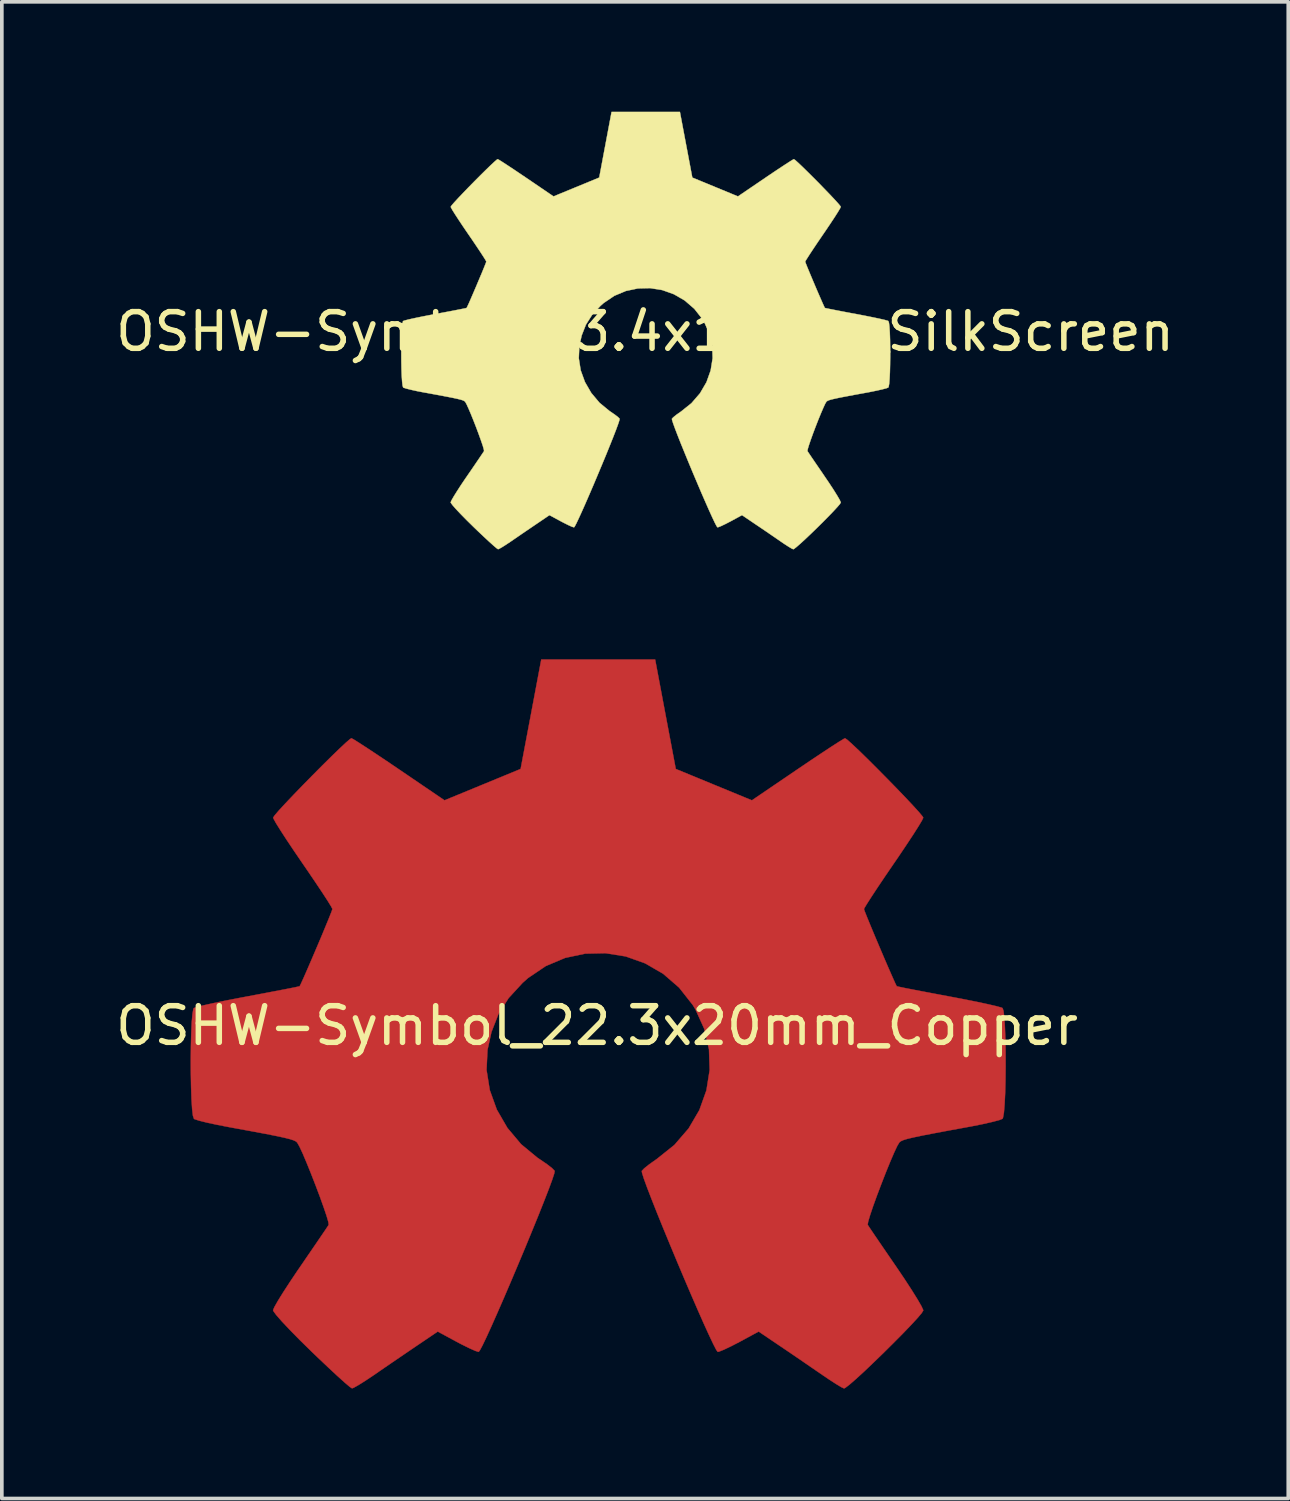
<source format=kicad_pcb>
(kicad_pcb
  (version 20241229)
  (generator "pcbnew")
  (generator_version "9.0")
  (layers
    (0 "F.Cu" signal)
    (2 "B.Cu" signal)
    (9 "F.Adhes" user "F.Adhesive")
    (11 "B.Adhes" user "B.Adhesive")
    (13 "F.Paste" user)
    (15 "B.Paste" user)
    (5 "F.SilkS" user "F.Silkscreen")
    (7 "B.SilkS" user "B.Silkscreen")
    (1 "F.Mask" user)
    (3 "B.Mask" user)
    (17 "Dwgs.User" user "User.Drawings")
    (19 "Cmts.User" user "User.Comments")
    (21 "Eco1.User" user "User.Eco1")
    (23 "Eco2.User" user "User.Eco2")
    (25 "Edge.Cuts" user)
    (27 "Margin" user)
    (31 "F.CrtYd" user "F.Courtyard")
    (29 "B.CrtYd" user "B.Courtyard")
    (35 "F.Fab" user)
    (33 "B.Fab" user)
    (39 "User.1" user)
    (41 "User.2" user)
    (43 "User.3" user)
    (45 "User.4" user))
  (footprint "OSHW-Symbol_13.4x12mm_SilkScreen"
    (layer "F.Cu")
    (at 14.554 6)
    (property "Reference" "OSHW-Symbol_13.4x12mm_SilkScreen" (at 0 0 0) (layer "F.SilkS") (effects (font (size 1 1) (thickness 0.15))))
    (attr exclude_from_pos_files exclude_from_bom)
    (fp_poly (pts (xy 1.12 -5.099) (xy 1.289 -4.204) (xy 1.912 -3.947) (xy 2.535 -3.69) (xy 3.282 -4.198) (xy 3.492 -4.34) (xy 3.681 -4.466) (xy 3.841 -4.571) (xy 3.964 -4.65) (xy 4.04 -4.696) (xy 4.06 -4.706) (xy 4.098 -4.681) (xy 4.177 -4.61) (xy 4.29 -4.503) (xy 4.428 -4.368) (xy 4.581 -4.216) (xy 4.741 -4.055) (xy 4.898 -3.893) (xy 5.045 -3.741) (xy 5.171 -3.607) (xy 5.268 -3.5) (xy 5.327 -3.429) (xy 5.341 -3.406) (xy 5.321 -3.362) (xy 5.264 -3.267) (xy 5.176 -3.128) (xy 5.063 -2.957) (xy 4.932 -2.762) (xy 4.856 -2.651) (xy 4.717 -2.447) (xy 4.594 -2.264) (xy 4.492 -2.109) (xy 4.418 -1.993) (xy 4.376 -1.924) (xy 4.37 -1.909) (xy 4.384 -1.868) (xy 4.422 -1.772) (xy 4.479 -1.634) (xy 4.548 -1.469) (xy 4.624 -1.289) (xy 4.701 -1.108) (xy 4.774 -0.94) (xy 4.836 -0.798) (xy 4.882 -0.696) (xy 4.906 -0.648) (xy 4.907 -0.646) (xy 4.945 -0.637) (xy 5.046 -0.616) (xy 5.2 -0.586) (xy 5.395 -0.548) (xy 5.622 -0.505) (xy 5.755 -0.481) (xy 5.998 -0.434) (xy 6.217 -0.39) (xy 6.402 -0.351) (xy 6.541 -0.319) (xy 6.623 -0.296) (xy 6.639 -0.289) (xy 6.656 -0.24) (xy 6.669 -0.129) (xy 6.679 0.03) (xy 6.686 0.226) (xy 6.689 0.444) (xy 6.69 0.672) (xy 6.687 0.897) (xy 6.682 1.106) (xy 6.673 1.286) (xy 6.662 1.424) (xy 6.647 1.507) (xy 6.638 1.525) (xy 6.586 1.546) (xy 6.474 1.575) (xy 6.318 1.61) (xy 6.133 1.648) (xy 6.069 1.66) (xy 5.757 1.717) (xy 5.511 1.763) (xy 5.322 1.799) (xy 5.183 1.829) (xy 5.084 1.852) (xy 5.018 1.872) (xy 4.978 1.89) (xy 4.953 1.907) (xy 4.95 1.911) (xy 4.916 1.967) (xy 4.865 2.077) (xy 4.801 2.226) (xy 4.729 2.401) (xy 4.655 2.59) (xy 4.584 2.778) (xy 4.521 2.953) (xy 4.471 3.1) (xy 4.439 3.207) (xy 4.431 3.259) (xy 4.432 3.261) (xy 4.46 3.304) (xy 4.524 3.399) (xy 4.616 3.535) (xy 4.732 3.704) (xy 4.862 3.894) (xy 4.899 3.949) (xy 5.032 4.145) (xy 5.149 4.324) (xy 5.243 4.475) (xy 5.309 4.589) (xy 5.34 4.655) (xy 5.341 4.663) (xy 5.316 4.706) (xy 5.244 4.79) (xy 5.136 4.907) (xy 5.001 5.047) (xy 4.848 5.202) (xy 4.685 5.363) (xy 4.524 5.519) (xy 4.371 5.664) (xy 4.238 5.786) (xy 4.132 5.878) (xy 4.064 5.931) (xy 4.045 5.939) (xy 4 5.919) (xy 3.91 5.865) (xy 3.788 5.786) (xy 3.695 5.722) (xy 3.525 5.605) (xy 3.324 5.467) (xy 3.122 5.33) (xy 3.013 5.257) (xy 2.646 5.008) (xy 2.338 5.175) (xy 2.197 5.248) (xy 2.078 5.305) (xy 1.997 5.337) (xy 1.977 5.341) (xy 1.952 5.308) (xy 1.903 5.214) (xy 1.834 5.068) (xy 1.748 4.879) (xy 1.649 4.655) (xy 1.54 4.405) (xy 1.426 4.137) (xy 1.309 3.861) (xy 1.194 3.585) (xy 1.084 3.317) (xy 0.982 3.067) (xy 0.893 2.842) (xy 0.82 2.652) (xy 0.767 2.506) (xy 0.737 2.411) (xy 0.732 2.379) (xy 0.77 2.338) (xy 0.854 2.27) (xy 0.966 2.191) (xy 0.976 2.185) (xy 1.266 1.953) (xy 1.5 1.682) (xy 1.675 1.382) (xy 1.79 1.06) (xy 1.844 0.725) (xy 1.833 0.386) (xy 1.755 0.052) (xy 1.61 -0.269) (xy 1.567 -0.34) (xy 1.344 -0.623) (xy 1.08 -0.851) (xy 0.786 -1.021) (xy 0.469 -1.134) (xy 0.139 -1.187) (xy -0.195 -1.179) (xy -0.523 -1.11) (xy -0.838 -0.978) (xy -1.129 -0.781) (xy -1.219 -0.701) (xy -1.448 -0.452) (xy -1.615 -0.189) (xy -1.73 0.105) (xy -1.794 0.397) (xy -1.809 0.725) (xy -1.757 1.055) (xy -1.641 1.375) (xy -1.468 1.674) (xy -1.243 1.942) (xy -0.971 2.166) (xy -0.935 2.19) (xy -0.822 2.268) (xy -0.736 2.335) (xy -0.694 2.378) (xy -0.694 2.379) (xy -0.703 2.425) (xy -0.738 2.531) (xy -0.795 2.686) (xy -0.872 2.884) (xy -0.964 3.114) (xy -1.067 3.368) (xy -1.179 3.638) (xy -1.295 3.915) (xy -1.411 4.19) (xy -1.525 4.455) (xy -1.632 4.701) (xy -1.729 4.919) (xy -1.812 5.1) (xy -1.877 5.237) (xy -1.921 5.32) (xy -1.939 5.341) (xy -1.994 5.325) (xy -2.096 5.279) (xy -2.228 5.213) (xy -2.3 5.175) (xy -2.609 5.008) (xy -2.976 5.257) (xy -3.163 5.384) (xy -3.369 5.524) (xy -3.561 5.656) (xy -3.657 5.722) (xy -3.793 5.813) (xy -3.907 5.885) (xy -3.986 5.929) (xy -4.012 5.938) (xy -4.049 5.913) (xy -4.132 5.843) (xy -4.252 5.735) (xy -4.401 5.597) (xy -4.572 5.435) (xy -4.68 5.331) (xy -4.868 5.146) (xy -5.031 4.98) (xy -5.162 4.841) (xy -5.254 4.736) (xy -5.301 4.671) (xy -5.305 4.658) (xy -5.284 4.608) (xy -5.227 4.508) (xy -5.139 4.366) (xy -5.028 4.194) (xy -4.899 4.002) (xy -4.862 3.949) (xy -4.728 3.754) (xy -4.608 3.578) (xy -4.509 3.432) (xy -4.437 3.325) (xy -4.398 3.267) (xy -4.394 3.261) (xy -4.4 3.215) (xy -4.429 3.113) (xy -4.478 2.97) (xy -4.54 2.798) (xy -4.61 2.61) (xy -4.684 2.421) (xy -4.756 2.243) (xy -4.821 2.091) (xy -4.874 1.976) (xy -4.91 1.914) (xy -4.913 1.911) (xy -4.935 1.893) (xy -4.972 1.875) (xy -5.032 1.856) (xy -5.124 1.833) (xy -5.255 1.805) (xy -5.434 1.77) (xy -5.668 1.726) (xy -5.967 1.671) (xy -6.031 1.66) (xy -6.223 1.623) (xy -6.39 1.586) (xy -6.517 1.554) (xy -6.591 1.53) (xy -6.601 1.525) (xy -6.617 1.475) (xy -6.63 1.364) (xy -6.641 1.204) (xy -6.648 1.008) (xy -6.652 0.79) (xy -6.653 0.562) (xy -6.65 0.337) (xy -6.645 0.128) (xy -6.637 -0.052) (xy -6.625 -0.189) (xy -6.611 -0.272) (xy -6.602 -0.289) (xy -6.553 -0.306) (xy -6.442 -0.334) (xy -6.279 -0.37) (xy -6.076 -0.412) (xy -5.844 -0.457) (xy -5.718 -0.481) (xy -5.478 -0.526) (xy -5.264 -0.566) (xy -5.086 -0.601) (xy -4.955 -0.627) (xy -4.882 -0.642) (xy -4.87 -0.646) (xy -4.85 -0.685) (xy -4.806 -0.78) (xy -4.746 -0.917) (xy -4.675 -1.082) (xy -4.598 -1.262) (xy -4.522 -1.443) (xy -4.451 -1.611) (xy -4.392 -1.755) (xy -4.351 -1.858) (xy -4.333 -1.909) (xy -4.333 -1.911) (xy -4.353 -1.951) (xy -4.41 -2.043) (xy -4.498 -2.178) (xy -4.611 -2.347) (xy -4.742 -2.541) (xy -4.819 -2.652) (xy -4.958 -2.856) (xy -5.081 -3.041) (xy -5.183 -3.198) (xy -5.258 -3.317) (xy -5.298 -3.39) (xy -5.304 -3.406) (xy -5.279 -3.444) (xy -5.209 -3.525) (xy -5.103 -3.64) (xy -4.971 -3.779) (xy -4.821 -3.935) (xy -4.662 -4.097) (xy -4.503 -4.257) (xy -4.353 -4.405) (xy -4.221 -4.533) (xy -4.115 -4.632) (xy -4.046 -4.692) (xy -4.022 -4.706) (xy -3.984 -4.686) (xy -3.894 -4.63) (xy -3.759 -4.542) (xy -3.589 -4.43) (xy -3.393 -4.298) (xy -3.245 -4.198) (xy -2.498 -3.69) (xy -1.874 -3.947) (xy -1.251 -4.204) (xy -0.914 -5.995) (xy 0.951 -5.995) (xy 1.12 -5.099)) (stroke (width 0.01) (type solid)) (fill yes) (layer "F.SilkS")))
  (footprint "OSHW-Symbol_22.3x20mm_Copper"
    (layer "F.Cu")
    (at 13.244 24.941)
    (property "Reference" "OSHW-Symbol_22.3x20mm_Copper" (at 0 0 0) (layer "F.SilkS") (effects (font (size 1 1) (thickness 0.15))))
    (attr exclude_from_pos_files exclude_from_bom)
    (fp_poly (pts (xy 1.866 -8.499) (xy 2.148 -7.006) (xy 3.186 -6.578) (xy 4.225 -6.15) (xy 5.471 -6.997) (xy 5.82 -7.233) (xy 6.135 -7.443) (xy 6.402 -7.619) (xy 6.606 -7.75) (xy 6.733 -7.827) (xy 6.767 -7.844) (xy 6.83 -7.801) (xy 6.962 -7.683) (xy 7.151 -7.505) (xy 7.38 -7.281) (xy 7.635 -7.027) (xy 7.901 -6.758) (xy 8.164 -6.489) (xy 8.408 -6.235) (xy 8.618 -6.011) (xy 8.78 -5.833) (xy 8.879 -5.715) (xy 8.902 -5.676) (xy 8.868 -5.603) (xy 8.773 -5.444) (xy 8.627 -5.214) (xy 8.439 -4.929) (xy 8.22 -4.603) (xy 8.093 -4.418) (xy 7.862 -4.079) (xy 7.656 -3.773) (xy 7.487 -3.516) (xy 7.363 -3.322) (xy 7.294 -3.207) (xy 7.284 -3.182) (xy 7.307 -3.114) (xy 7.371 -2.953) (xy 7.465 -2.724) (xy 7.58 -2.448) (xy 7.707 -2.148) (xy 7.835 -1.847) (xy 7.956 -1.567) (xy 8.06 -1.331) (xy 8.136 -1.161) (xy 8.176 -1.08) (xy 8.179 -1.076) (xy 8.242 -1.061) (xy 8.41 -1.026) (xy 8.666 -0.976) (xy 8.992 -0.914) (xy 9.371 -0.842) (xy 9.591 -0.801) (xy 9.996 -0.724) (xy 10.362 -0.651) (xy 10.669 -0.585) (xy 10.901 -0.531) (xy 11.038 -0.493) (xy 11.066 -0.481) (xy 11.093 -0.4) (xy 11.115 -0.215) (xy 11.131 0.051) (xy 11.143 0.376) (xy 11.149 0.74) (xy 11.15 1.12) (xy 11.146 1.495) (xy 11.137 1.843) (xy 11.122 2.143) (xy 11.103 2.373) (xy 11.078 2.512) (xy 11.064 2.541) (xy 10.976 2.576) (xy 10.79 2.625) (xy 10.531 2.684) (xy 10.222 2.746) (xy 10.114 2.766) (xy 9.595 2.861) (xy 9.185 2.938) (xy 8.87 2.999) (xy 8.638 3.048) (xy 8.473 3.087) (xy 8.364 3.12) (xy 8.296 3.15) (xy 8.256 3.179) (xy 8.25 3.185) (xy 8.194 3.278) (xy 8.108 3.461) (xy 8.001 3.71) (xy 7.882 4.002) (xy 7.759 4.317) (xy 7.64 4.631) (xy 7.535 4.921) (xy 7.452 5.167) (xy 7.399 5.345) (xy 7.385 5.432) (xy 7.386 5.435) (xy 7.433 5.507) (xy 7.539 5.665) (xy 7.694 5.892) (xy 7.886 6.173) (xy 8.104 6.491) (xy 8.166 6.581) (xy 8.387 6.908) (xy 8.581 7.206) (xy 8.739 7.459) (xy 8.849 7.649) (xy 8.9 7.759) (xy 8.902 7.772) (xy 8.859 7.843) (xy 8.74 7.983) (xy 8.56 8.178) (xy 8.335 8.412) (xy 8.079 8.67) (xy 7.809 8.938) (xy 7.539 9.199) (xy 7.286 9.44) (xy 7.063 9.644) (xy 6.887 9.797) (xy 6.773 9.884) (xy 6.741 9.899) (xy 6.667 9.865) (xy 6.517 9.775) (xy 6.314 9.643) (xy 6.158 9.537) (xy 5.874 9.342) (xy 5.539 9.112) (xy 5.203 8.883) (xy 5.022 8.761) (xy 4.41 8.347) (xy 3.896 8.625) (xy 3.662 8.746) (xy 3.463 8.841) (xy 3.329 8.895) (xy 3.294 8.902) (xy 3.253 8.847) (xy 3.172 8.69) (xy 3.057 8.447) (xy 2.913 8.131) (xy 2.748 7.758) (xy 2.567 7.341) (xy 2.376 6.895) (xy 2.182 6.435) (xy 1.99 5.974) (xy 1.806 5.528) (xy 1.637 5.111) (xy 1.489 4.737) (xy 1.367 4.421) (xy 1.278 4.177) (xy 1.228 4.019) (xy 1.22 3.965) (xy 1.284 3.896) (xy 1.424 3.784) (xy 1.611 3.652) (xy 1.626 3.642) (xy 2.11 3.255) (xy 2.499 2.804) (xy 2.792 2.303) (xy 2.984 1.766) (xy 3.073 1.208) (xy 3.054 0.643) (xy 2.925 0.086) (xy 2.683 -0.449) (xy 2.611 -0.566) (xy 2.24 -1.038) (xy 1.801 -1.418) (xy 1.31 -1.702) (xy 0.782 -1.89) (xy 0.232 -1.978) (xy -0.325 -1.966) (xy -0.872 -1.85) (xy -1.397 -1.629) (xy -1.882 -1.302) (xy -2.032 -1.169) (xy -2.414 -0.753) (xy -2.692 -0.315) (xy -2.883 0.176) (xy -2.99 0.662) (xy -3.016 1.208) (xy -2.928 1.758) (xy -2.736 2.291) (xy -2.447 2.79) (xy -2.072 3.236) (xy -1.618 3.611) (xy -1.558 3.65) (xy -1.369 3.779) (xy -1.226 3.891) (xy -1.157 3.963) (xy -1.156 3.965) (xy -1.171 4.042) (xy -1.229 4.218) (xy -1.325 4.477) (xy -1.453 4.806) (xy -1.606 5.19) (xy -1.779 5.614) (xy -1.964 6.063) (xy -2.158 6.525) (xy -2.352 6.984) (xy -2.541 7.425) (xy -2.72 7.835) (xy -2.881 8.198) (xy -3.019 8.501) (xy -3.128 8.728) (xy -3.202 8.866) (xy -3.232 8.902) (xy -3.323 8.874) (xy -3.493 8.798) (xy -3.713 8.689) (xy -3.834 8.625) (xy -4.348 8.347) (xy -4.96 8.761) (xy -5.272 8.973) (xy -5.614 9.206) (xy -5.935 9.426) (xy -6.095 9.537) (xy -6.321 9.688) (xy -6.512 9.808) (xy -6.644 9.882) (xy -6.687 9.897) (xy -6.749 9.856) (xy -6.887 9.739) (xy -7.087 9.559) (xy -7.335 9.328) (xy -7.619 9.059) (xy -7.799 8.886) (xy -8.114 8.577) (xy -8.385 8.301) (xy -8.603 8.069) (xy -8.757 7.893) (xy -8.835 7.786) (xy -8.842 7.764) (xy -8.807 7.681) (xy -8.712 7.513) (xy -8.566 7.277) (xy -8.38 6.991) (xy -8.165 6.67) (xy -8.103 6.581) (xy -7.881 6.256) (xy -7.681 5.964) (xy -7.515 5.72) (xy -7.394 5.542) (xy -7.33 5.445) (xy -7.324 5.435) (xy -7.333 5.358) (xy -7.382 5.189) (xy -7.463 4.95) (xy -7.566 4.663) (xy -7.684 4.35) (xy -7.807 4.035) (xy -7.927 3.739) (xy -8.035 3.484) (xy -8.124 3.294) (xy -8.184 3.19) (xy -8.188 3.185) (xy -8.224 3.155) (xy -8.286 3.126) (xy -8.387 3.094) (xy -8.539 3.056) (xy -8.758 3.009) (xy -9.056 2.95) (xy -9.447 2.877) (xy -9.944 2.786) (xy -10.052 2.766) (xy -10.371 2.704) (xy -10.65 2.644) (xy -10.862 2.591) (xy -10.985 2.551) (xy -11.001 2.541) (xy -11.029 2.458) (xy -11.051 2.273) (xy -11.068 2.006) (xy -11.079 1.68) (xy -11.086 1.316) (xy -11.088 0.936) (xy -11.084 0.561) (xy -11.075 0.213) (xy -11.062 -0.086) (xy -11.042 -0.315) (xy -11.018 -0.453) (xy -11.004 -0.481) (xy -10.922 -0.51) (xy -10.736 -0.556) (xy -10.465 -0.616) (xy -10.127 -0.686) (xy -9.74 -0.761) (xy -9.529 -0.801) (xy -9.129 -0.876) (xy -8.773 -0.944) (xy -8.477 -1.001) (xy -8.259 -1.044) (xy -8.137 -1.071) (xy -8.117 -1.076) (xy -8.083 -1.142) (xy -8.011 -1.3) (xy -7.911 -1.528) (xy -7.792 -1.803) (xy -7.664 -2.103) (xy -7.536 -2.404) (xy -7.419 -2.686) (xy -7.321 -2.924) (xy -7.252 -3.097) (xy -7.222 -3.182) (xy -7.222 -3.185) (xy -7.256 -3.252) (xy -7.351 -3.406) (xy -7.497 -3.631) (xy -7.685 -3.912) (xy -7.904 -4.235) (xy -8.031 -4.42) (xy -8.263 -4.76) (xy -8.469 -5.068) (xy -8.639 -5.33) (xy -8.763 -5.529) (xy -8.83 -5.65) (xy -8.84 -5.677) (xy -8.798 -5.74) (xy -8.682 -5.875) (xy -8.506 -6.066) (xy -8.285 -6.299) (xy -8.035 -6.558) (xy -7.77 -6.828) (xy -7.505 -7.095) (xy -7.255 -7.342) (xy -7.034 -7.556) (xy -6.859 -7.72) (xy -6.743 -7.82) (xy -6.704 -7.844) (xy -6.641 -7.811) (xy -6.489 -7.716) (xy -6.265 -7.57) (xy -5.982 -7.383) (xy -5.655 -7.164) (xy -5.409 -6.997) (xy -4.163 -6.15) (xy -3.124 -6.578) (xy -2.086 -7.006) (xy -1.804 -8.499) (xy -1.523 -9.992) (xy 1.585 -9.992) (xy 1.866 -8.499)) (stroke (width 0.01) (type solid)) (fill yes) (layer "F.Cu")))
  (gr_rect
    (start -3 -3)
    (end 32.107 37.845)
    (stroke (width 0.1) (type default))
    (fill no)
    (layer "Edge.Cuts")))
</source>
